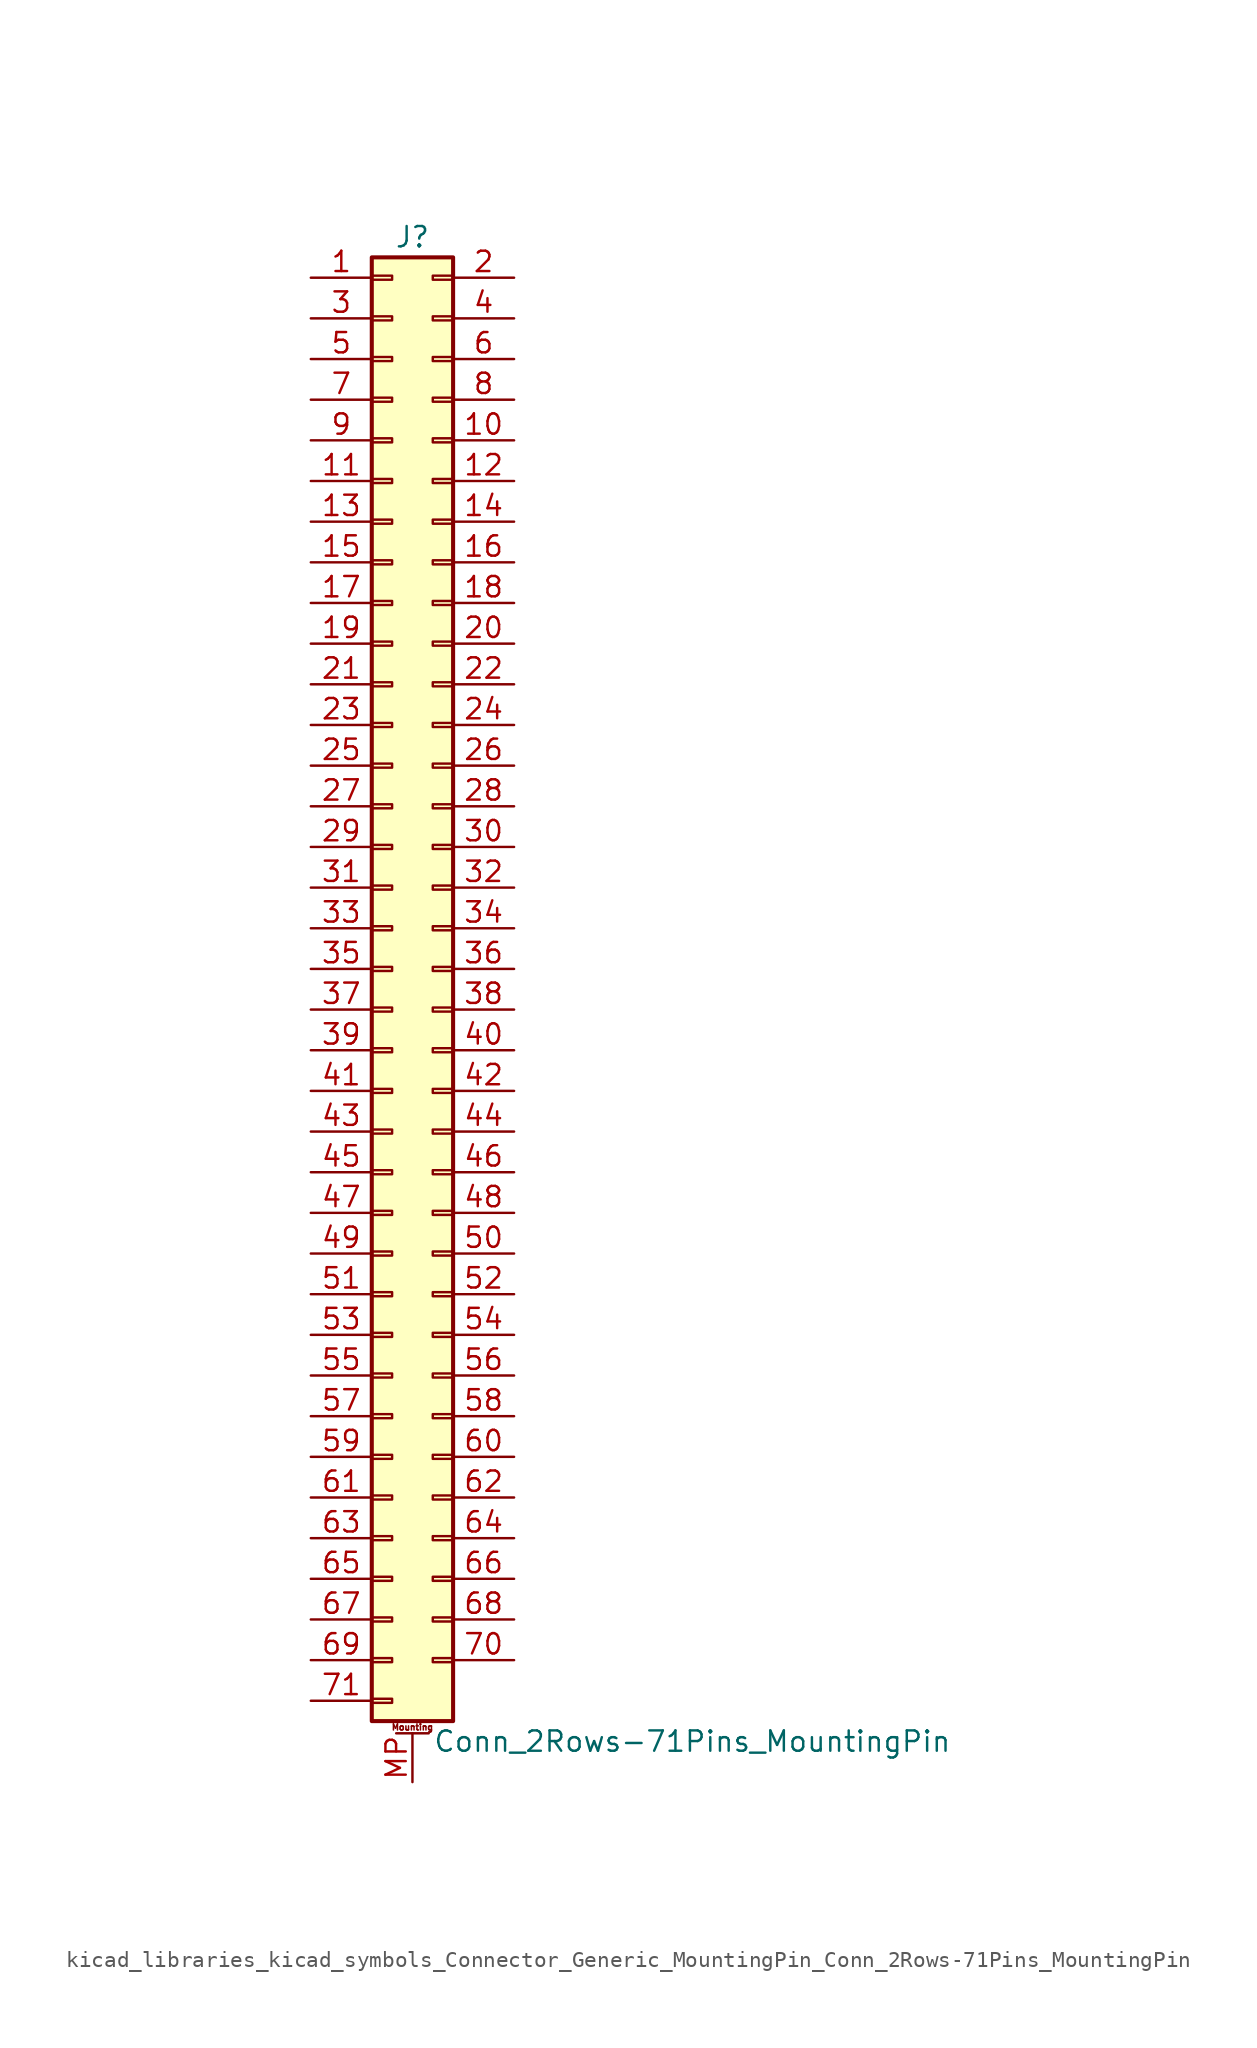
<source format=kicad_sym>
(kicad_symbol_lib
  (version 20220914)
  (generator kicad_symbol_editor)
  (symbol "kicad_libraries_kicad_symbols_Connector_Generic_MountingPin_Conn_2Rows-71Pins_MountingPin"
    (pin_names
      (offset 1.016) hide)
    (property "Reference" "J"
      (at 1.27 45.72 0)
      (effects (font (size 1.27 1.27))))
    (property "Value" "Conn_2Rows-71Pins_MountingPin"
      (at 2.54 -48.26 0)
      (effects (font (size 1.27 1.27)) (justify left)))
    (symbol "kicad_libraries_kicad_symbols_Connector_Generic_MountingPin_Conn_2Rows-71Pins_MountingPin_1_1"
      (rectangle (start -1.27 -45.593) (end 0 -45.847) (stroke (width 0.152) (type default)) (fill (type none)))
      (rectangle (start -1.27 -43.053) (end 0 -43.307) (stroke (width 0.152) (type default)) (fill (type none)))
      (rectangle (start -1.27 -40.513) (end 0 -40.767) (stroke (width 0.152) (type default)) (fill (type none)))
      (rectangle (start -1.27 -37.973) (end 0 -38.227) (stroke (width 0.152) (type default)) (fill (type none)))
      (rectangle (start -1.27 -35.433) (end 0 -35.687) (stroke (width 0.152) (type default)) (fill (type none)))
      (rectangle (start -1.27 -32.893) (end 0 -33.147) (stroke (width 0.152) (type default)) (fill (type none)))
      (rectangle (start -1.27 -30.353) (end 0 -30.607) (stroke (width 0.152) (type default)) (fill (type none)))
      (rectangle (start -1.27 -27.813) (end 0 -28.067) (stroke (width 0.152) (type default)) (fill (type none)))
      (rectangle (start -1.27 -25.273) (end 0 -25.527) (stroke (width 0.152) (type default)) (fill (type none)))
      (rectangle (start -1.27 -22.733) (end 0 -22.987) (stroke (width 0.152) (type default)) (fill (type none)))
      (rectangle (start -1.27 -20.193) (end 0 -20.447) (stroke (width 0.152) (type default)) (fill (type none)))
      (rectangle (start -1.27 -17.653) (end 0 -17.907) (stroke (width 0.152) (type default)) (fill (type none)))
      (rectangle (start -1.27 -15.113) (end 0 -15.367) (stroke (width 0.152) (type default)) (fill (type none)))
      (rectangle (start -1.27 -12.573) (end 0 -12.827) (stroke (width 0.152) (type default)) (fill (type none)))
      (rectangle (start -1.27 -10.033) (end 0 -10.287) (stroke (width 0.152) (type default)) (fill (type none)))
      (rectangle (start -1.27 -7.493) (end 0 -7.747) (stroke (width 0.152) (type default)) (fill (type none)))
      (rectangle (start -1.27 -4.953) (end 0 -5.207) (stroke (width 0.152) (type default)) (fill (type none)))
      (rectangle (start -1.27 -2.413) (end 0 -2.667) (stroke (width 0.152) (type default)) (fill (type none)))
      (rectangle (start -1.27 0.127) (end 0 -0.127) (stroke (width 0.152) (type default)) (fill (type none)))
      (rectangle (start -1.27 2.667) (end 0 2.413) (stroke (width 0.152) (type default)) (fill (type none)))
      (rectangle (start -1.27 5.207) (end 0 4.953) (stroke (width 0.152) (type default)) (fill (type none)))
      (rectangle (start -1.27 7.747) (end 0 7.493) (stroke (width 0.152) (type default)) (fill (type none)))
      (rectangle (start -1.27 10.287) (end 0 10.033) (stroke (width 0.152) (type default)) (fill (type none)))
      (rectangle (start -1.27 12.827) (end 0 12.573) (stroke (width 0.152) (type default)) (fill (type none)))
      (rectangle (start -1.27 15.367) (end 0 15.113) (stroke (width 0.152) (type default)) (fill (type none)))
      (rectangle (start -1.27 17.907) (end 0 17.653) (stroke (width 0.152) (type default)) (fill (type none)))
      (rectangle (start -1.27 20.447) (end 0 20.193) (stroke (width 0.152) (type default)) (fill (type none)))
      (rectangle (start -1.27 22.987) (end 0 22.733) (stroke (width 0.152) (type default)) (fill (type none)))
      (rectangle (start -1.27 25.527) (end 0 25.273) (stroke (width 0.152) (type default)) (fill (type none)))
      (rectangle (start -1.27 28.067) (end 0 27.813) (stroke (width 0.152) (type default)) (fill (type none)))
      (rectangle (start -1.27 30.607) (end 0 30.353) (stroke (width 0.152) (type default)) (fill (type none)))
      (rectangle (start -1.27 33.147) (end 0 32.893) (stroke (width 0.152) (type default)) (fill (type none)))
      (rectangle (start -1.27 35.687) (end 0 35.433) (stroke (width 0.152) (type default)) (fill (type none)))
      (rectangle (start -1.27 38.227) (end 0 37.973) (stroke (width 0.152) (type default)) (fill (type none)))
      (rectangle (start -1.27 40.767) (end 0 40.513) (stroke (width 0.152) (type default)) (fill (type none)))
      (rectangle (start -1.27 43.307) (end 0 43.053) (stroke (width 0.152) (type default)) (fill (type none)))
      (rectangle (start -1.27 44.45) (end 3.81 -46.99) (stroke (width 0.254) (type default)) (fill (type background)))
      (polyline (pts (xy 0.254 -47.752) (xy 2.286 -47.752)) (stroke (width 0.152) (type default)) (fill (type none)))
      (rectangle (start 3.81 -43.053) (end 2.54 -43.307) (stroke (width 0.152) (type default)) (fill (type none)))
      (rectangle (start 3.81 -40.513) (end 2.54 -40.767) (stroke (width 0.152) (type default)) (fill (type none)))
      (rectangle (start 3.81 -37.973) (end 2.54 -38.227) (stroke (width 0.152) (type default)) (fill (type none)))
      (rectangle (start 3.81 -35.433) (end 2.54 -35.687) (stroke (width 0.152) (type default)) (fill (type none)))
      (rectangle (start 3.81 -32.893) (end 2.54 -33.147) (stroke (width 0.152) (type default)) (fill (type none)))
      (rectangle (start 3.81 -30.353) (end 2.54 -30.607) (stroke (width 0.152) (type default)) (fill (type none)))
      (rectangle (start 3.81 -27.813) (end 2.54 -28.067) (stroke (width 0.152) (type default)) (fill (type none)))
      (rectangle (start 3.81 -25.273) (end 2.54 -25.527) (stroke (width 0.152) (type default)) (fill (type none)))
      (rectangle (start 3.81 -22.733) (end 2.54 -22.987) (stroke (width 0.152) (type default)) (fill (type none)))
      (rectangle (start 3.81 -20.193) (end 2.54 -20.447) (stroke (width 0.152) (type default)) (fill (type none)))
      (rectangle (start 3.81 -17.653) (end 2.54 -17.907) (stroke (width 0.152) (type default)) (fill (type none)))
      (rectangle (start 3.81 -15.113) (end 2.54 -15.367) (stroke (width 0.152) (type default)) (fill (type none)))
      (rectangle (start 3.81 -12.573) (end 2.54 -12.827) (stroke (width 0.152) (type default)) (fill (type none)))
      (rectangle (start 3.81 -10.033) (end 2.54 -10.287) (stroke (width 0.152) (type default)) (fill (type none)))
      (rectangle (start 3.81 -7.493) (end 2.54 -7.747) (stroke (width 0.152) (type default)) (fill (type none)))
      (rectangle (start 3.81 -4.953) (end 2.54 -5.207) (stroke (width 0.152) (type default)) (fill (type none)))
      (rectangle (start 3.81 -2.413) (end 2.54 -2.667) (stroke (width 0.152) (type default)) (fill (type none)))
      (rectangle (start 3.81 0.127) (end 2.54 -0.127) (stroke (width 0.152) (type default)) (fill (type none)))
      (rectangle (start 3.81 2.667) (end 2.54 2.413) (stroke (width 0.152) (type default)) (fill (type none)))
      (rectangle (start 3.81 5.207) (end 2.54 4.953) (stroke (width 0.152) (type default)) (fill (type none)))
      (rectangle (start 3.81 7.747) (end 2.54 7.493) (stroke (width 0.152) (type default)) (fill (type none)))
      (rectangle (start 3.81 10.287) (end 2.54 10.033) (stroke (width 0.152) (type default)) (fill (type none)))
      (rectangle (start 3.81 12.827) (end 2.54 12.573) (stroke (width 0.152) (type default)) (fill (type none)))
      (rectangle (start 3.81 15.367) (end 2.54 15.113) (stroke (width 0.152) (type default)) (fill (type none)))
      (rectangle (start 3.81 17.907) (end 2.54 17.653) (stroke (width 0.152) (type default)) (fill (type none)))
      (rectangle (start 3.81 20.447) (end 2.54 20.193) (stroke (width 0.152) (type default)) (fill (type none)))
      (rectangle (start 3.81 22.987) (end 2.54 22.733) (stroke (width 0.152) (type default)) (fill (type none)))
      (rectangle (start 3.81 25.527) (end 2.54 25.273) (stroke (width 0.152) (type default)) (fill (type none)))
      (rectangle (start 3.81 28.067) (end 2.54 27.813) (stroke (width 0.152) (type default)) (fill (type none)))
      (rectangle (start 3.81 30.607) (end 2.54 30.353) (stroke (width 0.152) (type default)) (fill (type none)))
      (rectangle (start 3.81 33.147) (end 2.54 32.893) (stroke (width 0.152) (type default)) (fill (type none)))
      (rectangle (start 3.81 35.687) (end 2.54 35.433) (stroke (width 0.152) (type default)) (fill (type none)))
      (rectangle (start 3.81 38.227) (end 2.54 37.973) (stroke (width 0.152) (type default)) (fill (type none)))
      (rectangle (start 3.81 40.767) (end 2.54 40.513) (stroke (width 0.152) (type default)) (fill (type none)))
      (rectangle (start 3.81 43.307) (end 2.54 43.053) (stroke (width 0.152) (type default)) (fill (type none)))
      (text "Mounting" (at 1.27 -47.371 0) (effects (font (size 0.381 0.381))))
      (pin passive line (at -5.08 43.18 0) (length 3.81) (name "Pin_1" (effects (font (size 1.27 1.27)))) (number "1" (effects (font (size 1.27 1.27)))))
      (pin passive line (at 7.62 33.02 180) (length 3.81) (name "Pin_10" (effects (font (size 1.27 1.27)))) (number "10" (effects (font (size 1.27 1.27)))))
      (pin passive line (at -5.08 30.48 0) (length 3.81) (name "Pin_11" (effects (font (size 1.27 1.27)))) (number "11" (effects (font (size 1.27 1.27)))))
      (pin passive line (at 7.62 30.48 180) (length 3.81) (name "Pin_12" (effects (font (size 1.27 1.27)))) (number "12" (effects (font (size 1.27 1.27)))))
      (pin passive line (at -5.08 27.94 0) (length 3.81) (name "Pin_13" (effects (font (size 1.27 1.27)))) (number "13" (effects (font (size 1.27 1.27)))))
      (pin passive line (at 7.62 27.94 180) (length 3.81) (name "Pin_14" (effects (font (size 1.27 1.27)))) (number "14" (effects (font (size 1.27 1.27)))))
      (pin passive line (at -5.08 25.4 0) (length 3.81) (name "Pin_15" (effects (font (size 1.27 1.27)))) (number "15" (effects (font (size 1.27 1.27)))))
      (pin passive line (at 7.62 25.4 180) (length 3.81) (name "Pin_16" (effects (font (size 1.27 1.27)))) (number "16" (effects (font (size 1.27 1.27)))))
      (pin passive line (at -5.08 22.86 0) (length 3.81) (name "Pin_17" (effects (font (size 1.27 1.27)))) (number "17" (effects (font (size 1.27 1.27)))))
      (pin passive line (at 7.62 22.86 180) (length 3.81) (name "Pin_18" (effects (font (size 1.27 1.27)))) (number "18" (effects (font (size 1.27 1.27)))))
      (pin passive line (at -5.08 20.32 0) (length 3.81) (name "Pin_19" (effects (font (size 1.27 1.27)))) (number "19" (effects (font (size 1.27 1.27)))))
      (pin passive line (at 7.62 43.18 180) (length 3.81) (name "Pin_2" (effects (font (size 1.27 1.27)))) (number "2" (effects (font (size 1.27 1.27)))))
      (pin passive line (at 7.62 20.32 180) (length 3.81) (name "Pin_20" (effects (font (size 1.27 1.27)))) (number "20" (effects (font (size 1.27 1.27)))))
      (pin passive line (at -5.08 17.78 0) (length 3.81) (name "Pin_21" (effects (font (size 1.27 1.27)))) (number "21" (effects (font (size 1.27 1.27)))))
      (pin passive line (at 7.62 17.78 180) (length 3.81) (name "Pin_22" (effects (font (size 1.27 1.27)))) (number "22" (effects (font (size 1.27 1.27)))))
      (pin passive line (at -5.08 15.24 0) (length 3.81) (name "Pin_23" (effects (font (size 1.27 1.27)))) (number "23" (effects (font (size 1.27 1.27)))))
      (pin passive line (at 7.62 15.24 180) (length 3.81) (name "Pin_24" (effects (font (size 1.27 1.27)))) (number "24" (effects (font (size 1.27 1.27)))))
      (pin passive line (at -5.08 12.7 0) (length 3.81) (name "Pin_25" (effects (font (size 1.27 1.27)))) (number "25" (effects (font (size 1.27 1.27)))))
      (pin passive line (at 7.62 12.7 180) (length 3.81) (name "Pin_26" (effects (font (size 1.27 1.27)))) (number "26" (effects (font (size 1.27 1.27)))))
      (pin passive line (at -5.08 10.16 0) (length 3.81) (name "Pin_27" (effects (font (size 1.27 1.27)))) (number "27" (effects (font (size 1.27 1.27)))))
      (pin passive line (at 7.62 10.16 180) (length 3.81) (name "Pin_28" (effects (font (size 1.27 1.27)))) (number "28" (effects (font (size 1.27 1.27)))))
      (pin passive line (at -5.08 7.62 0) (length 3.81) (name "Pin_29" (effects (font (size 1.27 1.27)))) (number "29" (effects (font (size 1.27 1.27)))))
      (pin passive line (at -5.08 40.64 0) (length 3.81) (name "Pin_3" (effects (font (size 1.27 1.27)))) (number "3" (effects (font (size 1.27 1.27)))))
      (pin passive line (at 7.62 7.62 180) (length 3.81) (name "Pin_30" (effects (font (size 1.27 1.27)))) (number "30" (effects (font (size 1.27 1.27)))))
      (pin passive line (at -5.08 5.08 0) (length 3.81) (name "Pin_31" (effects (font (size 1.27 1.27)))) (number "31" (effects (font (size 1.27 1.27)))))
      (pin passive line (at 7.62 5.08 180) (length 3.81) (name "Pin_32" (effects (font (size 1.27 1.27)))) (number "32" (effects (font (size 1.27 1.27)))))
      (pin passive line (at -5.08 2.54 0) (length 3.81) (name "Pin_33" (effects (font (size 1.27 1.27)))) (number "33" (effects (font (size 1.27 1.27)))))
      (pin passive line (at 7.62 2.54 180) (length 3.81) (name "Pin_34" (effects (font (size 1.27 1.27)))) (number "34" (effects (font (size 1.27 1.27)))))
      (pin passive line (at -5.08 0 0) (length 3.81) (name "Pin_35" (effects (font (size 1.27 1.27)))) (number "35" (effects (font (size 1.27 1.27)))))
      (pin passive line (at 7.62 0 180) (length 3.81) (name "Pin_36" (effects (font (size 1.27 1.27)))) (number "36" (effects (font (size 1.27 1.27)))))
      (pin passive line (at -5.08 -2.54 0) (length 3.81) (name "Pin_37" (effects (font (size 1.27 1.27)))) (number "37" (effects (font (size 1.27 1.27)))))
      (pin passive line (at 7.62 -2.54 180) (length 3.81) (name "Pin_38" (effects (font (size 1.27 1.27)))) (number "38" (effects (font (size 1.27 1.27)))))
      (pin passive line (at -5.08 -5.08 0) (length 3.81) (name "Pin_39" (effects (font (size 1.27 1.27)))) (number "39" (effects (font (size 1.27 1.27)))))
      (pin passive line (at 7.62 40.64 180) (length 3.81) (name "Pin_4" (effects (font (size 1.27 1.27)))) (number "4" (effects (font (size 1.27 1.27)))))
      (pin passive line (at 7.62 -5.08 180) (length 3.81) (name "Pin_40" (effects (font (size 1.27 1.27)))) (number "40" (effects (font (size 1.27 1.27)))))
      (pin passive line (at -5.08 -7.62 0) (length 3.81) (name "Pin_41" (effects (font (size 1.27 1.27)))) (number "41" (effects (font (size 1.27 1.27)))))
      (pin passive line (at 7.62 -7.62 180) (length 3.81) (name "Pin_42" (effects (font (size 1.27 1.27)))) (number "42" (effects (font (size 1.27 1.27)))))
      (pin passive line (at -5.08 -10.16 0) (length 3.81) (name "Pin_43" (effects (font (size 1.27 1.27)))) (number "43" (effects (font (size 1.27 1.27)))))
      (pin passive line (at 7.62 -10.16 180) (length 3.81) (name "Pin_44" (effects (font (size 1.27 1.27)))) (number "44" (effects (font (size 1.27 1.27)))))
      (pin passive line (at -5.08 -12.7 0) (length 3.81) (name "Pin_45" (effects (font (size 1.27 1.27)))) (number "45" (effects (font (size 1.27 1.27)))))
      (pin passive line (at 7.62 -12.7 180) (length 3.81) (name "Pin_46" (effects (font (size 1.27 1.27)))) (number "46" (effects (font (size 1.27 1.27)))))
      (pin passive line (at -5.08 -15.24 0) (length 3.81) (name "Pin_47" (effects (font (size 1.27 1.27)))) (number "47" (effects (font (size 1.27 1.27)))))
      (pin passive line (at 7.62 -15.24 180) (length 3.81) (name "Pin_48" (effects (font (size 1.27 1.27)))) (number "48" (effects (font (size 1.27 1.27)))))
      (pin passive line (at -5.08 -17.78 0) (length 3.81) (name "Pin_49" (effects (font (size 1.27 1.27)))) (number "49" (effects (font (size 1.27 1.27)))))
      (pin passive line (at -5.08 38.1 0) (length 3.81) (name "Pin_5" (effects (font (size 1.27 1.27)))) (number "5" (effects (font (size 1.27 1.27)))))
      (pin passive line (at 7.62 -17.78 180) (length 3.81) (name "Pin_50" (effects (font (size 1.27 1.27)))) (number "50" (effects (font (size 1.27 1.27)))))
      (pin passive line (at -5.08 -20.32 0) (length 3.81) (name "Pin_51" (effects (font (size 1.27 1.27)))) (number "51" (effects (font (size 1.27 1.27)))))
      (pin passive line (at 7.62 -20.32 180) (length 3.81) (name "Pin_52" (effects (font (size 1.27 1.27)))) (number "52" (effects (font (size 1.27 1.27)))))
      (pin passive line (at -5.08 -22.86 0) (length 3.81) (name "Pin_53" (effects (font (size 1.27 1.27)))) (number "53" (effects (font (size 1.27 1.27)))))
      (pin passive line (at 7.62 -22.86 180) (length 3.81) (name "Pin_54" (effects (font (size 1.27 1.27)))) (number "54" (effects (font (size 1.27 1.27)))))
      (pin passive line (at -5.08 -25.4 0) (length 3.81) (name "Pin_55" (effects (font (size 1.27 1.27)))) (number "55" (effects (font (size 1.27 1.27)))))
      (pin passive line (at 7.62 -25.4 180) (length 3.81) (name "Pin_56" (effects (font (size 1.27 1.27)))) (number "56" (effects (font (size 1.27 1.27)))))
      (pin passive line (at -5.08 -27.94 0) (length 3.81) (name "Pin_57" (effects (font (size 1.27 1.27)))) (number "57" (effects (font (size 1.27 1.27)))))
      (pin passive line (at 7.62 -27.94 180) (length 3.81) (name "Pin_58" (effects (font (size 1.27 1.27)))) (number "58" (effects (font (size 1.27 1.27)))))
      (pin passive line (at -5.08 -30.48 0) (length 3.81) (name "Pin_59" (effects (font (size 1.27 1.27)))) (number "59" (effects (font (size 1.27 1.27)))))
      (pin passive line (at 7.62 38.1 180) (length 3.81) (name "Pin_6" (effects (font (size 1.27 1.27)))) (number "6" (effects (font (size 1.27 1.27)))))
      (pin passive line (at 7.62 -30.48 180) (length 3.81) (name "Pin_60" (effects (font (size 1.27 1.27)))) (number "60" (effects (font (size 1.27 1.27)))))
      (pin passive line (at -5.08 -33.02 0) (length 3.81) (name "Pin_61" (effects (font (size 1.27 1.27)))) (number "61" (effects (font (size 1.27 1.27)))))
      (pin passive line (at 7.62 -33.02 180) (length 3.81) (name "Pin_62" (effects (font (size 1.27 1.27)))) (number "62" (effects (font (size 1.27 1.27)))))
      (pin passive line (at -5.08 -35.56 0) (length 3.81) (name "Pin_63" (effects (font (size 1.27 1.27)))) (number "63" (effects (font (size 1.27 1.27)))))
      (pin passive line (at 7.62 -35.56 180) (length 3.81) (name "Pin_64" (effects (font (size 1.27 1.27)))) (number "64" (effects (font (size 1.27 1.27)))))
      (pin passive line (at -5.08 -38.1 0) (length 3.81) (name "Pin_65" (effects (font (size 1.27 1.27)))) (number "65" (effects (font (size 1.27 1.27)))))
      (pin passive line (at 7.62 -38.1 180) (length 3.81) (name "Pin_66" (effects (font (size 1.27 1.27)))) (number "66" (effects (font (size 1.27 1.27)))))
      (pin passive line (at -5.08 -40.64 0) (length 3.81) (name "Pin_67" (effects (font (size 1.27 1.27)))) (number "67" (effects (font (size 1.27 1.27)))))
      (pin passive line (at 7.62 -40.64 180) (length 3.81) (name "Pin_68" (effects (font (size 1.27 1.27)))) (number "68" (effects (font (size 1.27 1.27)))))
      (pin passive line (at -5.08 -43.18 0) (length 3.81) (name "Pin_69" (effects (font (size 1.27 1.27)))) (number "69" (effects (font (size 1.27 1.27)))))
      (pin passive line (at -5.08 35.56 0) (length 3.81) (name "Pin_7" (effects (font (size 1.27 1.27)))) (number "7" (effects (font (size 1.27 1.27)))))
      (pin passive line (at 7.62 -43.18 180) (length 3.81) (name "Pin_70" (effects (font (size 1.27 1.27)))) (number "70" (effects (font (size 1.27 1.27)))))
      (pin passive line (at -5.08 -45.72 0) (length 3.81) (name "Pin_71" (effects (font (size 1.27 1.27)))) (number "71" (effects (font (size 1.27 1.27)))))
      (pin passive line (at 7.62 35.56 180) (length 3.81) (name "Pin_8" (effects (font (size 1.27 1.27)))) (number "8" (effects (font (size 1.27 1.27)))))
      (pin passive line (at -5.08 33.02 0) (length 3.81) (name "Pin_9" (effects (font (size 1.27 1.27)))) (number "9" (effects (font (size 1.27 1.27)))))
      (pin passive line (at 1.27 -50.8 90) (length 3.048) (name "MountPin" (effects (font (size 1.27 1.27)))) (number "MP" (effects (font (size 1.27 1.27))))))))
</source>
